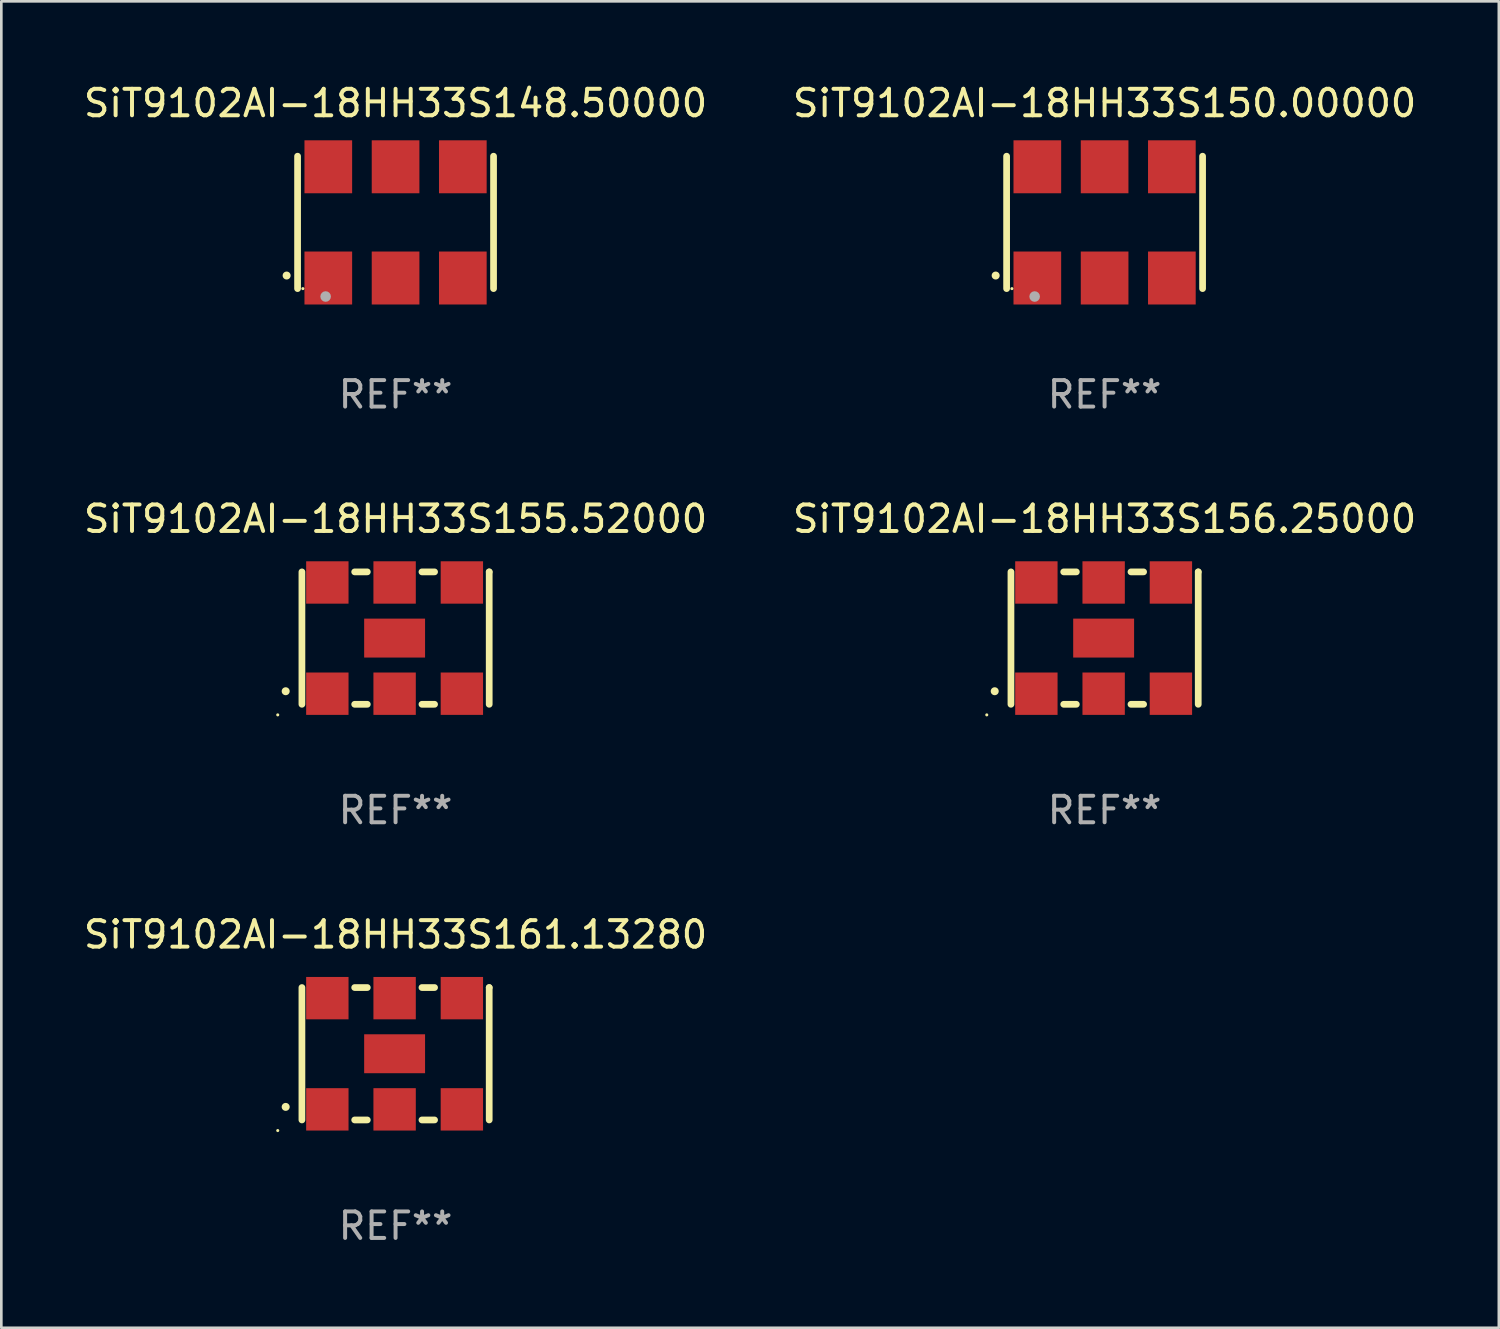
<source format=kicad_pcb>
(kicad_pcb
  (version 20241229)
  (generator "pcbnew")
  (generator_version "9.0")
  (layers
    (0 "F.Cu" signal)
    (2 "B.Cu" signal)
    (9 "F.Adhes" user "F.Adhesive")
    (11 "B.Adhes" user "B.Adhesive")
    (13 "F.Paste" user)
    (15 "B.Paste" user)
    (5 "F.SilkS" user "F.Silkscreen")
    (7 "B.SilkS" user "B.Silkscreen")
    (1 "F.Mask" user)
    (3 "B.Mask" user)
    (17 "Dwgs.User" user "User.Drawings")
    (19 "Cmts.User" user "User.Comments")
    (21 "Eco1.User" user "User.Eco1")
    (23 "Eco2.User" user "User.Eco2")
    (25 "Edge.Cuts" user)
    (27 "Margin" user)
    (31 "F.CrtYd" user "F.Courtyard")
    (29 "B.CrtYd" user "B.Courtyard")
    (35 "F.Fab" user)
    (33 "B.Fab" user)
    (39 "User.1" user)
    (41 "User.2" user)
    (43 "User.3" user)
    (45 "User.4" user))
  (footprint "SiT9102AI-18HH33S156.25000"
    (layer "F.Cu")
    (at 38.661 21.045)
    (property "Reference" "SiT9102AI-18HH33S156.25000" (at 0 -4.5 0) (layer "F.SilkS") (effects (font (size 1 1) (thickness 0.15))))
    (attr through_hole)
    (fp_line (start -3.536 -2.5) (end -3.536 2.5) (stroke (width 0.254) (type solid)) (layer "F.SilkS"))
    (fp_line (start -1.544 2.5) (end -1.067 2.5) (stroke (width 0.254) (type solid)) (layer "F.SilkS"))
    (fp_line (start -1.067 -2.5) (end -1.544 -2.5) (stroke (width 0.254) (type solid)) (layer "F.SilkS"))
    (fp_line (start 0.996 2.5) (end 1.473 2.5) (stroke (width 0.254) (type solid)) (layer "F.SilkS"))
    (fp_line (start 1.473 -2.5) (end 0.996 -2.5) (stroke (width 0.254) (type solid)) (layer "F.SilkS"))
    (fp_line (start 3.536 -2.5) (end 3.536 -2.5) (stroke (width 0.254) (type solid)) (layer "F.SilkS"))
    (fp_line (start 3.536 2.5) (end 3.536 -2.5) (stroke (width 0.254) (type solid)) (layer "F.SilkS"))
    (fp_arc (start -4.150432 2.006604) (mid -4.149162 2.006599) (end -4.147892 2.006604) (stroke (width 0.3) (type solid)) (layer "F.SilkS"))
    (fp_circle (center -4.449 2.9) (end -4.419 2.9) (stroke (width 0.06) (type solid)) (fill no) (layer "F.SilkS"))
    (fp_text user "REF**" (at 0 6.5 0) (layer "F.Fab") (effects (font (size 1 1) (thickness 0.15))))
    (pad "1" smd rect (at -2.576 2.1) (size 1.6 1.6) (layers "F.Cu" "F.Mask" "F.Paste"))
    (pad "2" smd rect (at -0.036 2.1) (size 1.6 1.6) (layers "F.Cu" "F.Mask" "F.Paste"))
    (pad "3" smd rect (at 2.504 2.1) (size 1.6 1.6) (layers "F.Cu" "F.Mask" "F.Paste"))
    (pad "4" smd rect (at 2.504 -2.1) (size 1.6 1.6) (layers "F.Cu" "F.Mask" "F.Paste"))
    (pad "5" smd rect (at -0.036 -2.1) (size 1.6 1.6) (layers "F.Cu" "F.Mask" "F.Paste"))
    (pad "6" smd rect (at -2.576 -2.1) (size 1.6 1.6) (layers "F.Cu" "F.Mask" "F.Paste"))
    (pad "7" smd rect (at -0.036 0) (size 2.3 1.47) (layers "F.Cu" "F.Mask" "F.Paste")))
  (footprint "SiT9102AI-18HH33S155.52000"
    (layer "F.Cu")
    (at 11.887 21.045)
    (property "Reference" "SiT9102AI-18HH33S155.52000" (at 0 -4.5 0) (layer "F.SilkS") (effects (font (size 1 1) (thickness 0.15))))
    (attr through_hole)
    (fp_line (start -3.536 -2.5) (end -3.536 2.5) (stroke (width 0.254) (type solid)) (layer "F.SilkS"))
    (fp_line (start -1.544 2.5) (end -1.067 2.5) (stroke (width 0.254) (type solid)) (layer "F.SilkS"))
    (fp_line (start -1.067 -2.5) (end -1.544 -2.5) (stroke (width 0.254) (type solid)) (layer "F.SilkS"))
    (fp_line (start 0.996 2.5) (end 1.473 2.5) (stroke (width 0.254) (type solid)) (layer "F.SilkS"))
    (fp_line (start 1.473 -2.5) (end 0.996 -2.5) (stroke (width 0.254) (type solid)) (layer "F.SilkS"))
    (fp_line (start 3.536 -2.5) (end 3.536 -2.5) (stroke (width 0.254) (type solid)) (layer "F.SilkS"))
    (fp_line (start 3.536 2.5) (end 3.536 -2.5) (stroke (width 0.254) (type solid)) (layer "F.SilkS"))
    (fp_arc (start -4.150432 2.006604) (mid -4.149162 2.006599) (end -4.147892 2.006604) (stroke (width 0.3) (type solid)) (layer "F.SilkS"))
    (fp_circle (center -4.449 2.9) (end -4.419 2.9) (stroke (width 0.06) (type solid)) (fill no) (layer "F.SilkS"))
    (fp_text user "REF**" (at 0 6.5 0) (layer "F.Fab") (effects (font (size 1 1) (thickness 0.15))))
    (pad "1" smd rect (at -2.576 2.1) (size 1.6 1.6) (layers "F.Cu" "F.Mask" "F.Paste"))
    (pad "2" smd rect (at -0.036 2.1) (size 1.6 1.6) (layers "F.Cu" "F.Mask" "F.Paste"))
    (pad "3" smd rect (at 2.504 2.1) (size 1.6 1.6) (layers "F.Cu" "F.Mask" "F.Paste"))
    (pad "4" smd rect (at 2.504 -2.1) (size 1.6 1.6) (layers "F.Cu" "F.Mask" "F.Paste"))
    (pad "5" smd rect (at -0.036 -2.1) (size 1.6 1.6) (layers "F.Cu" "F.Mask" "F.Paste"))
    (pad "6" smd rect (at -2.576 -2.1) (size 1.6 1.6) (layers "F.Cu" "F.Mask" "F.Paste"))
    (pad "7" smd rect (at -0.036 0) (size 2.3 1.47) (layers "F.Cu" "F.Mask" "F.Paste")))
  (footprint "SiT9102AI-18HH33S150.00000"
    (layer "F.Cu")
    (at 38.661 5.348)
    (property "Reference" "SiT9102AI-18HH33S150.00000" (at 0 -4.5 0) (layer "F.SilkS") (effects (font (size 1 1) (thickness 0.15))))
    (attr through_hole)
    (fp_line (start -3.7 -2.5) (end -3.7 2.5) (stroke (width 0.254) (type solid)) (layer "F.SilkS"))
    (fp_line (start 3.7 -2.5) (end 3.7 2.5) (stroke (width 0.254) (type solid)) (layer "F.SilkS"))
    (fp_arc (start -4.114415 2.006604) (mid -4.113145 2.006599) (end -4.111875 2.006604) (stroke (width 0.3) (type solid)) (layer "F.SilkS"))
    (fp_circle (center -3.5 2.501) (end -3.47 2.501) (stroke (width 0.06) (type solid)) (fill no) (layer "F.SilkS"))
    (fp_circle (center -2.641 2.799) (end -2.541 2.799) (stroke (width 0.2) (type solid)) (fill no) (layer "F.Fab"))
    (fp_text user "REF**" (at 0 6.5 0) (layer "F.Fab") (effects (font (size 1 1) (thickness 0.15))))
    (pad "1" smd rect (at -2.54 2.1) (size 1.8 2) (layers "F.Cu" "F.Mask" "F.Paste"))
    (pad "2" smd rect (at 0.000394 2.1) (size 1.8 2) (layers "F.Cu" "F.Mask" "F.Paste"))
    (pad "3" smd rect (at 2.54 2.1) (size 1.8 2) (layers "F.Cu" "F.Mask" "F.Paste"))
    (pad "4" smd rect (at 2.54 -2.1) (size 1.8 2) (layers "F.Cu" "F.Mask" "F.Paste"))
    (pad "5" smd rect (at 0.000394 -2.1) (size 1.8 2) (layers "F.Cu" "F.Mask" "F.Paste"))
    (pad "6" smd rect (at -2.54 -2.1) (size 1.8 2) (layers "F.Cu" "F.Mask" "F.Paste")))
  (footprint "SiT9102AI-18HH33S161.13280"
    (layer "F.Cu")
    (at 11.887 36.741)
    (property "Reference" "SiT9102AI-18HH33S161.13280" (at 0 -4.5 0) (layer "F.SilkS") (effects (font (size 1 1) (thickness 0.15))))
    (attr through_hole)
    (fp_line (start -3.536 -2.5) (end -3.536 2.5) (stroke (width 0.254) (type solid)) (layer "F.SilkS"))
    (fp_line (start -1.544 2.5) (end -1.067 2.5) (stroke (width 0.254) (type solid)) (layer "F.SilkS"))
    (fp_line (start -1.067 -2.5) (end -1.544 -2.5) (stroke (width 0.254) (type solid)) (layer "F.SilkS"))
    (fp_line (start 0.996 2.5) (end 1.473 2.5) (stroke (width 0.254) (type solid)) (layer "F.SilkS"))
    (fp_line (start 1.473 -2.5) (end 0.996 -2.5) (stroke (width 0.254) (type solid)) (layer "F.SilkS"))
    (fp_line (start 3.536 -2.5) (end 3.536 -2.5) (stroke (width 0.254) (type solid)) (layer "F.SilkS"))
    (fp_line (start 3.536 2.5) (end 3.536 -2.5) (stroke (width 0.254) (type solid)) (layer "F.SilkS"))
    (fp_arc (start -4.150432 2.006604) (mid -4.149162 2.006599) (end -4.147892 2.006604) (stroke (width 0.3) (type solid)) (layer "F.SilkS"))
    (fp_circle (center -4.449 2.9) (end -4.419 2.9) (stroke (width 0.06) (type solid)) (fill no) (layer "F.SilkS"))
    (fp_text user "REF**" (at 0 6.5 0) (layer "F.Fab") (effects (font (size 1 1) (thickness 0.15))))
    (pad "1" smd rect (at -2.576 2.1) (size 1.6 1.6) (layers "F.Cu" "F.Mask" "F.Paste"))
    (pad "2" smd rect (at -0.036 2.1) (size 1.6 1.6) (layers "F.Cu" "F.Mask" "F.Paste"))
    (pad "3" smd rect (at 2.504 2.1) (size 1.6 1.6) (layers "F.Cu" "F.Mask" "F.Paste"))
    (pad "4" smd rect (at 2.504 -2.1) (size 1.6 1.6) (layers "F.Cu" "F.Mask" "F.Paste"))
    (pad "5" smd rect (at -0.036 -2.1) (size 1.6 1.6) (layers "F.Cu" "F.Mask" "F.Paste"))
    (pad "6" smd rect (at -2.576 -2.1) (size 1.6 1.6) (layers "F.Cu" "F.Mask" "F.Paste"))
    (pad "7" smd rect (at -0.036 0) (size 2.3 1.47) (layers "F.Cu" "F.Mask" "F.Paste")))
  (footprint "SiT9102AI-18HH33S148.50000"
    (layer "F.Cu")
    (at 11.887 5.348)
    (property "Reference" "SiT9102AI-18HH33S148.50000" (at 0 -4.5 0) (layer "F.SilkS") (effects (font (size 1 1) (thickness 0.15))))
    (attr through_hole)
    (fp_line (start -3.7 -2.5) (end -3.7 2.5) (stroke (width 0.254) (type solid)) (layer "F.SilkS"))
    (fp_line (start 3.7 -2.5) (end 3.7 2.5) (stroke (width 0.254) (type solid)) (layer "F.SilkS"))
    (fp_arc (start -4.114415 2.006604) (mid -4.113145 2.006599) (end -4.111875 2.006604) (stroke (width 0.3) (type solid)) (layer "F.SilkS"))
    (fp_circle (center -3.5 2.501) (end -3.47 2.501) (stroke (width 0.06) (type solid)) (fill no) (layer "F.SilkS"))
    (fp_circle (center -2.641 2.799) (end -2.541 2.799) (stroke (width 0.2) (type solid)) (fill no) (layer "F.Fab"))
    (fp_text user "REF**" (at 0 6.5 0) (layer "F.Fab") (effects (font (size 1 1) (thickness 0.15))))
    (pad "1" smd rect (at -2.54 2.1) (size 1.8 2) (layers "F.Cu" "F.Mask" "F.Paste"))
    (pad "2" smd rect (at 0.000394 2.1) (size 1.8 2) (layers "F.Cu" "F.Mask" "F.Paste"))
    (pad "3" smd rect (at 2.54 2.1) (size 1.8 2) (layers "F.Cu" "F.Mask" "F.Paste"))
    (pad "4" smd rect (at 2.54 -2.1) (size 1.8 2) (layers "F.Cu" "F.Mask" "F.Paste"))
    (pad "5" smd rect (at 0.000394 -2.1) (size 1.8 2) (layers "F.Cu" "F.Mask" "F.Paste"))
    (pad "6" smd rect (at -2.54 -2.1) (size 1.8 2) (layers "F.Cu" "F.Mask" "F.Paste")))
  (gr_rect
    (start -3 -3)
    (end 53.548 47.09)
    (stroke (width 0.1) (type default))
    (fill no)
    (layer "Edge.Cuts")))
</source>
